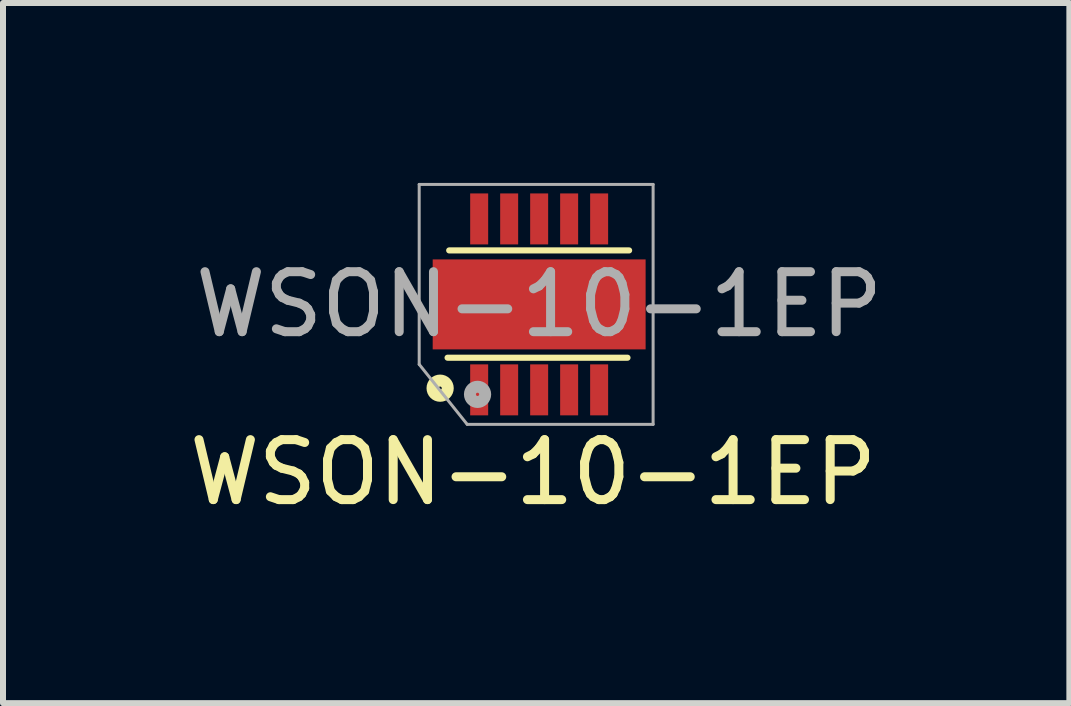
<source format=kicad_pcb>
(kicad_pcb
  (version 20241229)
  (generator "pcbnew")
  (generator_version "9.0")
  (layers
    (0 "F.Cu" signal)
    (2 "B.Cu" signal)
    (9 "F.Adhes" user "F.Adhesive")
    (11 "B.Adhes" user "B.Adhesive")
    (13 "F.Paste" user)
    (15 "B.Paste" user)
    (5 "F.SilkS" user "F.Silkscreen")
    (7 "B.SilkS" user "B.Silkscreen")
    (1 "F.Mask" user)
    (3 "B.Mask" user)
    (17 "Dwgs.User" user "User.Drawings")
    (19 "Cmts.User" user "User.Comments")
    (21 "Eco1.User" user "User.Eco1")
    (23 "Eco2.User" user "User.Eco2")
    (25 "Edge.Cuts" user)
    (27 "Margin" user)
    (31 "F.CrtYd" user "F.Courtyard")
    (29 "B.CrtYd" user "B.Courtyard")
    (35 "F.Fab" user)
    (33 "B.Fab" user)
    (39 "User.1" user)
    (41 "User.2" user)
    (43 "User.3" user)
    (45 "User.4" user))
  (footprint "WSON-10-1EP"
    (layer "F.Cu")
    (at 5.939 2.025)
    (property "Reference" "WSON-10-1EP" (at 0 0 0) (layer "F.Fab") (effects (font (size 1 1) (thickness 0.15))))
    (attr through_hole)
    (fp_line (start -1.527 0.889) (end 1.473 0.889) (stroke (width 0.102) (type solid)) (layer "F.SilkS"))
    (fp_line (start -1.5 -0.9) (end 1.5 -0.9) (stroke (width 0.102) (type solid)) (layer "F.SilkS"))
    (fp_circle (center -1.651 1.397) (end -1.651 1.524) (stroke (width 0.2) (type solid)) (fill no) (layer "F.SilkS"))
    (fp_line (start -2 -2) (end 1.9 -2) (stroke (width 0.05) (type solid)) (layer "F.Fab"))
    (fp_line (start -2 1) (end -2 -2) (stroke (width 0.05) (type solid)) (layer "F.Fab"))
    (fp_line (start -2 1) (end -1.2 2) (stroke (width 0.05) (type solid)) (layer "F.Fab"))
    (fp_line (start 1.9 -2) (end 1.9 2) (stroke (width 0.05) (type solid)) (layer "F.Fab"))
    (fp_line (start 1.9 2) (end -1.2 2) (stroke (width 0.05) (type solid)) (layer "F.Fab"))
    (fp_circle (center -1.027 1.5) (end -1.027 1.627) (stroke (width 0.2) (type solid)) (fill no) (layer "F.Fab"))
    (fp_text user "${REFERENCE}" (at -0.1 2.8 0) (layer "F.SilkS") (effects (font (size 1 1) (thickness 0.15))))
    (pad "" smd rect (at -0.635 -0.381) (size 0.9 0.65) (layers "F.Paste"))
    (pad "" smd rect (at -0.635 0.381) (size 0.9 0.65) (layers "F.Paste"))
    (pad "" smd rect (at 0.635 -0.381) (size 0.9 0.65) (layers "F.Paste"))
    (pad "" smd rect (at 0.635 0.381) (size 0.9 0.65) (layers "F.Paste"))
    (pad "1" smd rect (at -1 1.425) (size 0.3 0.85) (layers "F.Cu" "F.Mask" "F.Paste"))
    (pad "2" smd rect (at -0.5 1.425) (size 0.3 0.85) (layers "F.Cu" "F.Mask" "F.Paste"))
    (pad "3" smd rect (at 0 1.425) (size 0.3 0.85) (layers "F.Cu" "F.Mask" "F.Paste"))
    (pad "4" smd rect (at 0.5 1.425) (size 0.3 0.85) (layers "F.Cu" "F.Mask" "F.Paste"))
    (pad "5" smd rect (at 1 1.425) (size 0.3 0.85) (layers "F.Cu" "F.Mask" "F.Paste"))
    (pad "6" smd rect (at 1 -1.425) (size 0.3 0.85) (layers "F.Cu" "F.Mask" "F.Paste"))
    (pad "7" smd rect (at 0.5 -1.425) (size 0.3 0.85) (layers "F.Cu" "F.Mask" "F.Paste"))
    (pad "8" smd rect (at 0 -1.425) (size 0.3 0.85) (layers "F.Cu" "F.Mask" "F.Paste"))
    (pad "9" smd rect (at -0.5 -1.425) (size 0.3 0.85) (layers "F.Cu" "F.Mask" "F.Paste"))
    (pad "10" smd rect (at -1 -1.425) (size 0.3 0.85) (layers "F.Cu" "F.Mask" "F.Paste"))
    (pad "11" smd rect (at 0 0) (size 3.55 1.5) (layers "F.Cu" "F.Mask")))
  (gr_rect
    (start -3 -3)
    (end 14.779 8.673)
    (stroke (width 0.1) (type default))
    (fill no)
    (layer "Edge.Cuts")))
</source>
